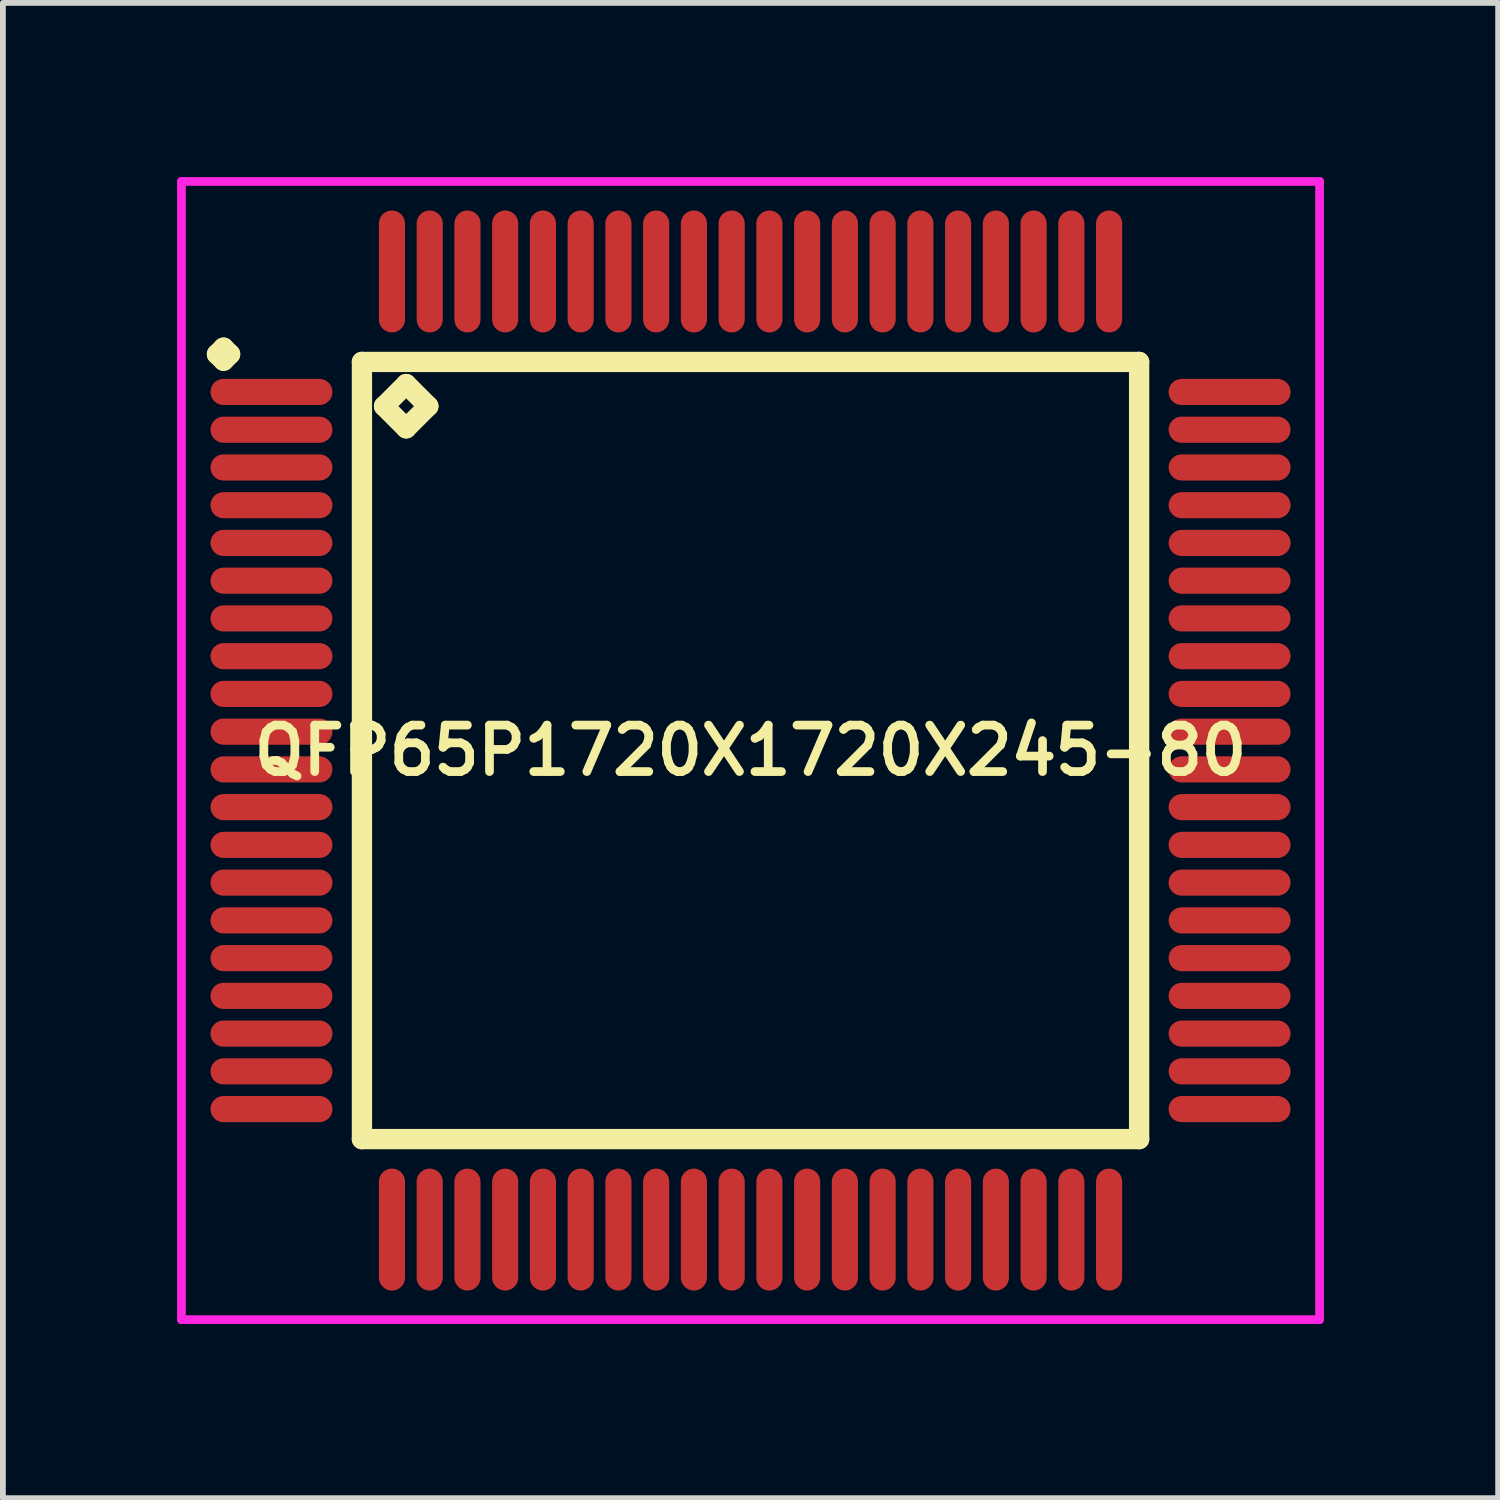
<source format=kicad_pcb>
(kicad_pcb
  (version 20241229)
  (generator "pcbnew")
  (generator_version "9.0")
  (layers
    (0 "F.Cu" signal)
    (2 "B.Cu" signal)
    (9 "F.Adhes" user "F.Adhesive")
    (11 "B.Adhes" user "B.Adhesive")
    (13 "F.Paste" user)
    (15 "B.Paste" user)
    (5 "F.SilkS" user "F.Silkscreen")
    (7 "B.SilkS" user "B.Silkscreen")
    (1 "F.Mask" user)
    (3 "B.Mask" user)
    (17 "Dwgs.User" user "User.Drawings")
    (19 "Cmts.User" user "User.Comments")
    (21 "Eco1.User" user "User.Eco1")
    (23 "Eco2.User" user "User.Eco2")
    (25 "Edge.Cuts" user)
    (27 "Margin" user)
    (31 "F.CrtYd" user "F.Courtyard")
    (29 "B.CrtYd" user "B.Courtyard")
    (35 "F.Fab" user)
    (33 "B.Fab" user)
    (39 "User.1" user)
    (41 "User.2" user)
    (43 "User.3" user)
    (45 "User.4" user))
  (footprint "QFP65P1720X1720X245-80"
    (layer "F.Cu")
    (at 9.875 9.875)
    (property "Reference" "QFP65P1720X1720X245-80" (at 0 0 0) (layer "F.SilkS") (effects (font (size 0.8 0.8) (thickness 0.15))))
    (attr smd)
    (fp_line (start -9.188 -6.825) (end -9.075 -6.938) (stroke (width 0.35) (type solid)) (layer "F.SilkS"))
    (fp_line (start -9.075 -6.938) (end -8.963 -6.825) (stroke (width 0.35) (type solid)) (layer "F.SilkS"))
    (fp_line (start -9.075 -6.713) (end -9.188 -6.825) (stroke (width 0.35) (type solid)) (layer "F.SilkS"))
    (fp_line (start -8.963 -6.825) (end -9.075 -6.713) (stroke (width 0.35) (type solid)) (layer "F.SilkS"))
    (fp_line (start -6.692 -6.692) (end -6.692 6.692) (stroke (width 0.35) (type solid)) (layer "F.SilkS"))
    (fp_line (start -6.692 6.692) (end 6.692 6.692) (stroke (width 0.35) (type solid)) (layer "F.SilkS"))
    (fp_line (start -6.311 -5.93) (end -5.93 -6.311) (stroke (width 0.35) (type solid)) (layer "F.SilkS"))
    (fp_line (start -5.93 -6.311) (end -5.549 -5.93) (stroke (width 0.35) (type solid)) (layer "F.SilkS"))
    (fp_line (start -5.93 -5.549) (end -6.311 -5.93) (stroke (width 0.35) (type solid)) (layer "F.SilkS"))
    (fp_line (start -5.549 -5.93) (end -5.93 -5.549) (stroke (width 0.35) (type solid)) (layer "F.SilkS"))
    (fp_line (start 6.692 -6.692) (end -6.692 -6.692) (stroke (width 0.35) (type solid)) (layer "F.SilkS"))
    (fp_line (start 6.692 6.692) (end 6.692 -6.692) (stroke (width 0.35) (type solid)) (layer "F.SilkS"))
    (fp_line (start -9.8 -9.8) (end 9.8 -9.8) (stroke (width 0.15) (type solid)) (layer "F.CrtYd"))
    (fp_line (start -9.8 9.8) (end -9.8 -9.8) (stroke (width 0.15) (type solid)) (layer "F.CrtYd"))
    (fp_line (start 9.8 -9.8) (end 9.8 9.8) (stroke (width 0.15) (type solid)) (layer "F.CrtYd"))
    (fp_line (start 9.8 9.8) (end -9.8 9.8) (stroke (width 0.15) (type solid)) (layer "F.CrtYd"))
    (pad "1" smd oval (at -8.25 -6.175) (size 2.1 0.45) (layers "F.Cu" "F.Mask" "F.Paste"))
    (pad "2" smd oval (at -8.25 -5.525) (size 2.1 0.45) (layers "F.Cu" "F.Mask" "F.Paste"))
    (pad "3" smd oval (at -8.25 -4.875) (size 2.1 0.45) (layers "F.Cu" "F.Mask" "F.Paste"))
    (pad "4" smd oval (at -8.25 -4.225) (size 2.1 0.45) (layers "F.Cu" "F.Mask" "F.Paste"))
    (pad "5" smd oval (at -8.25 -3.575) (size 2.1 0.45) (layers "F.Cu" "F.Mask" "F.Paste"))
    (pad "6" smd oval (at -8.25 -2.925) (size 2.1 0.45) (layers "F.Cu" "F.Mask" "F.Paste"))
    (pad "7" smd oval (at -8.25 -2.275) (size 2.1 0.45) (layers "F.Cu" "F.Mask" "F.Paste"))
    (pad "8" smd oval (at -8.25 -1.625) (size 2.1 0.45) (layers "F.Cu" "F.Mask" "F.Paste"))
    (pad "9" smd oval (at -8.25 -0.975) (size 2.1 0.45) (layers "F.Cu" "F.Mask" "F.Paste"))
    (pad "10" smd oval (at -8.25 -0.325) (size 2.1 0.45) (layers "F.Cu" "F.Mask" "F.Paste"))
    (pad "11" smd oval (at -8.25 0.325) (size 2.1 0.45) (layers "F.Cu" "F.Mask" "F.Paste"))
    (pad "12" smd oval (at -8.25 0.975) (size 2.1 0.45) (layers "F.Cu" "F.Mask" "F.Paste"))
    (pad "13" smd oval (at -8.25 1.625) (size 2.1 0.45) (layers "F.Cu" "F.Mask" "F.Paste"))
    (pad "14" smd oval (at -8.25 2.275) (size 2.1 0.45) (layers "F.Cu" "F.Mask" "F.Paste"))
    (pad "15" smd oval (at -8.25 2.925) (size 2.1 0.45) (layers "F.Cu" "F.Mask" "F.Paste"))
    (pad "16" smd oval (at -8.25 3.575) (size 2.1 0.45) (layers "F.Cu" "F.Mask" "F.Paste"))
    (pad "17" smd oval (at -8.25 4.225) (size 2.1 0.45) (layers "F.Cu" "F.Mask" "F.Paste"))
    (pad "18" smd oval (at -8.25 4.875) (size 2.1 0.45) (layers "F.Cu" "F.Mask" "F.Paste"))
    (pad "19" smd oval (at -8.25 5.525) (size 2.1 0.45) (layers "F.Cu" "F.Mask" "F.Paste"))
    (pad "20" smd oval (at -8.25 6.175) (size 2.1 0.45) (layers "F.Cu" "F.Mask" "F.Paste"))
    (pad "21" smd oval (at -6.175 8.25) (size 0.45 2.1) (layers "F.Cu" "F.Mask" "F.Paste"))
    (pad "22" smd oval (at -5.525 8.25) (size 0.45 2.1) (layers "F.Cu" "F.Mask" "F.Paste"))
    (pad "23" smd oval (at -4.875 8.25) (size 0.45 2.1) (layers "F.Cu" "F.Mask" "F.Paste"))
    (pad "24" smd oval (at -4.225 8.25) (size 0.45 2.1) (layers "F.Cu" "F.Mask" "F.Paste"))
    (pad "25" smd oval (at -3.575 8.25) (size 0.45 2.1) (layers "F.Cu" "F.Mask" "F.Paste"))
    (pad "26" smd oval (at -2.925 8.25) (size 0.45 2.1) (layers "F.Cu" "F.Mask" "F.Paste"))
    (pad "27" smd oval (at -2.275 8.25) (size 0.45 2.1) (layers "F.Cu" "F.Mask" "F.Paste"))
    (pad "28" smd oval (at -1.625 8.25) (size 0.45 2.1) (layers "F.Cu" "F.Mask" "F.Paste"))
    (pad "29" smd oval (at -0.975 8.25) (size 0.45 2.1) (layers "F.Cu" "F.Mask" "F.Paste"))
    (pad "30" smd oval (at -0.325 8.25) (size 0.45 2.1) (layers "F.Cu" "F.Mask" "F.Paste"))
    (pad "31" smd oval (at 0.325 8.25) (size 0.45 2.1) (layers "F.Cu" "F.Mask" "F.Paste"))
    (pad "32" smd oval (at 0.975 8.25) (size 0.45 2.1) (layers "F.Cu" "F.Mask" "F.Paste"))
    (pad "33" smd oval (at 1.625 8.25) (size 0.45 2.1) (layers "F.Cu" "F.Mask" "F.Paste"))
    (pad "34" smd oval (at 2.275 8.25) (size 0.45 2.1) (layers "F.Cu" "F.Mask" "F.Paste"))
    (pad "35" smd oval (at 2.925 8.25) (size 0.45 2.1) (layers "F.Cu" "F.Mask" "F.Paste"))
    (pad "36" smd oval (at 3.575 8.25) (size 0.45 2.1) (layers "F.Cu" "F.Mask" "F.Paste"))
    (pad "37" smd oval (at 4.225 8.25) (size 0.45 2.1) (layers "F.Cu" "F.Mask" "F.Paste"))
    (pad "38" smd oval (at 4.875 8.25) (size 0.45 2.1) (layers "F.Cu" "F.Mask" "F.Paste"))
    (pad "39" smd oval (at 5.525 8.25) (size 0.45 2.1) (layers "F.Cu" "F.Mask" "F.Paste"))
    (pad "40" smd oval (at 6.175 8.25) (size 0.45 2.1) (layers "F.Cu" "F.Mask" "F.Paste"))
    (pad "41" smd oval (at 8.25 6.175) (size 2.1 0.45) (layers "F.Cu" "F.Mask" "F.Paste"))
    (pad "42" smd oval (at 8.25 5.525) (size 2.1 0.45) (layers "F.Cu" "F.Mask" "F.Paste"))
    (pad "43" smd oval (at 8.25 4.875) (size 2.1 0.45) (layers "F.Cu" "F.Mask" "F.Paste"))
    (pad "44" smd oval (at 8.25 4.225) (size 2.1 0.45) (layers "F.Cu" "F.Mask" "F.Paste"))
    (pad "45" smd oval (at 8.25 3.575) (size 2.1 0.45) (layers "F.Cu" "F.Mask" "F.Paste"))
    (pad "46" smd oval (at 8.25 2.925) (size 2.1 0.45) (layers "F.Cu" "F.Mask" "F.Paste"))
    (pad "47" smd oval (at 8.25 2.275) (size 2.1 0.45) (layers "F.Cu" "F.Mask" "F.Paste"))
    (pad "48" smd oval (at 8.25 1.625) (size 2.1 0.45) (layers "F.Cu" "F.Mask" "F.Paste"))
    (pad "49" smd oval (at 8.25 0.975) (size 2.1 0.45) (layers "F.Cu" "F.Mask" "F.Paste"))
    (pad "50" smd oval (at 8.25 0.325) (size 2.1 0.45) (layers "F.Cu" "F.Mask" "F.Paste"))
    (pad "51" smd oval (at 8.25 -0.325) (size 2.1 0.45) (layers "F.Cu" "F.Mask" "F.Paste"))
    (pad "52" smd oval (at 8.25 -0.975) (size 2.1 0.45) (layers "F.Cu" "F.Mask" "F.Paste"))
    (pad "53" smd oval (at 8.25 -1.625) (size 2.1 0.45) (layers "F.Cu" "F.Mask" "F.Paste"))
    (pad "54" smd oval (at 8.25 -2.275) (size 2.1 0.45) (layers "F.Cu" "F.Mask" "F.Paste"))
    (pad "55" smd oval (at 8.25 -2.925) (size 2.1 0.45) (layers "F.Cu" "F.Mask" "F.Paste"))
    (pad "56" smd oval (at 8.25 -3.575) (size 2.1 0.45) (layers "F.Cu" "F.Mask" "F.Paste"))
    (pad "57" smd oval (at 8.25 -4.225) (size 2.1 0.45) (layers "F.Cu" "F.Mask" "F.Paste"))
    (pad "58" smd oval (at 8.25 -4.875) (size 2.1 0.45) (layers "F.Cu" "F.Mask" "F.Paste"))
    (pad "59" smd oval (at 8.25 -5.525) (size 2.1 0.45) (layers "F.Cu" "F.Mask" "F.Paste"))
    (pad "60" smd oval (at 8.25 -6.175) (size 2.1 0.45) (layers "F.Cu" "F.Mask" "F.Paste"))
    (pad "61" smd oval (at 6.175 -8.25) (size 0.45 2.1) (layers "F.Cu" "F.Mask" "F.Paste"))
    (pad "62" smd oval (at 5.525 -8.25) (size 0.45 2.1) (layers "F.Cu" "F.Mask" "F.Paste"))
    (pad "63" smd oval (at 4.875 -8.25) (size 0.45 2.1) (layers "F.Cu" "F.Mask" "F.Paste"))
    (pad "64" smd oval (at 4.225 -8.25) (size 0.45 2.1) (layers "F.Cu" "F.Mask" "F.Paste"))
    (pad "65" smd oval (at 3.575 -8.25) (size 0.45 2.1) (layers "F.Cu" "F.Mask" "F.Paste"))
    (pad "66" smd oval (at 2.925 -8.25) (size 0.45 2.1) (layers "F.Cu" "F.Mask" "F.Paste"))
    (pad "67" smd oval (at 2.275 -8.25) (size 0.45 2.1) (layers "F.Cu" "F.Mask" "F.Paste"))
    (pad "68" smd oval (at 1.625 -8.25) (size 0.45 2.1) (layers "F.Cu" "F.Mask" "F.Paste"))
    (pad "69" smd oval (at 0.975 -8.25) (size 0.45 2.1) (layers "F.Cu" "F.Mask" "F.Paste"))
    (pad "70" smd oval (at 0.325 -8.25) (size 0.45 2.1) (layers "F.Cu" "F.Mask" "F.Paste"))
    (pad "71" smd oval (at -0.325 -8.25) (size 0.45 2.1) (layers "F.Cu" "F.Mask" "F.Paste"))
    (pad "72" smd oval (at -0.975 -8.25) (size 0.45 2.1) (layers "F.Cu" "F.Mask" "F.Paste"))
    (pad "73" smd oval (at -1.625 -8.25) (size 0.45 2.1) (layers "F.Cu" "F.Mask" "F.Paste"))
    (pad "74" smd oval (at -2.275 -8.25) (size 0.45 2.1) (layers "F.Cu" "F.Mask" "F.Paste"))
    (pad "75" smd oval (at -2.925 -8.25) (size 0.45 2.1) (layers "F.Cu" "F.Mask" "F.Paste"))
    (pad "76" smd oval (at -3.575 -8.25) (size 0.45 2.1) (layers "F.Cu" "F.Mask" "F.Paste"))
    (pad "77" smd oval (at -4.225 -8.25) (size 0.45 2.1) (layers "F.Cu" "F.Mask" "F.Paste"))
    (pad "78" smd oval (at -4.875 -8.25) (size 0.45 2.1) (layers "F.Cu" "F.Mask" "F.Paste"))
    (pad "79" smd oval (at -5.525 -8.25) (size 0.45 2.1) (layers "F.Cu" "F.Mask" "F.Paste"))
    (pad "80" smd oval (at -6.175 -8.25) (size 0.45 2.1) (layers "F.Cu" "F.Mask" "F.Paste")))
  (gr_rect
    (start -3 -3)
    (end 22.75 22.75)
    (stroke (width 0.1) (type default))
    (fill no)
    (layer "Edge.Cuts")))
</source>
